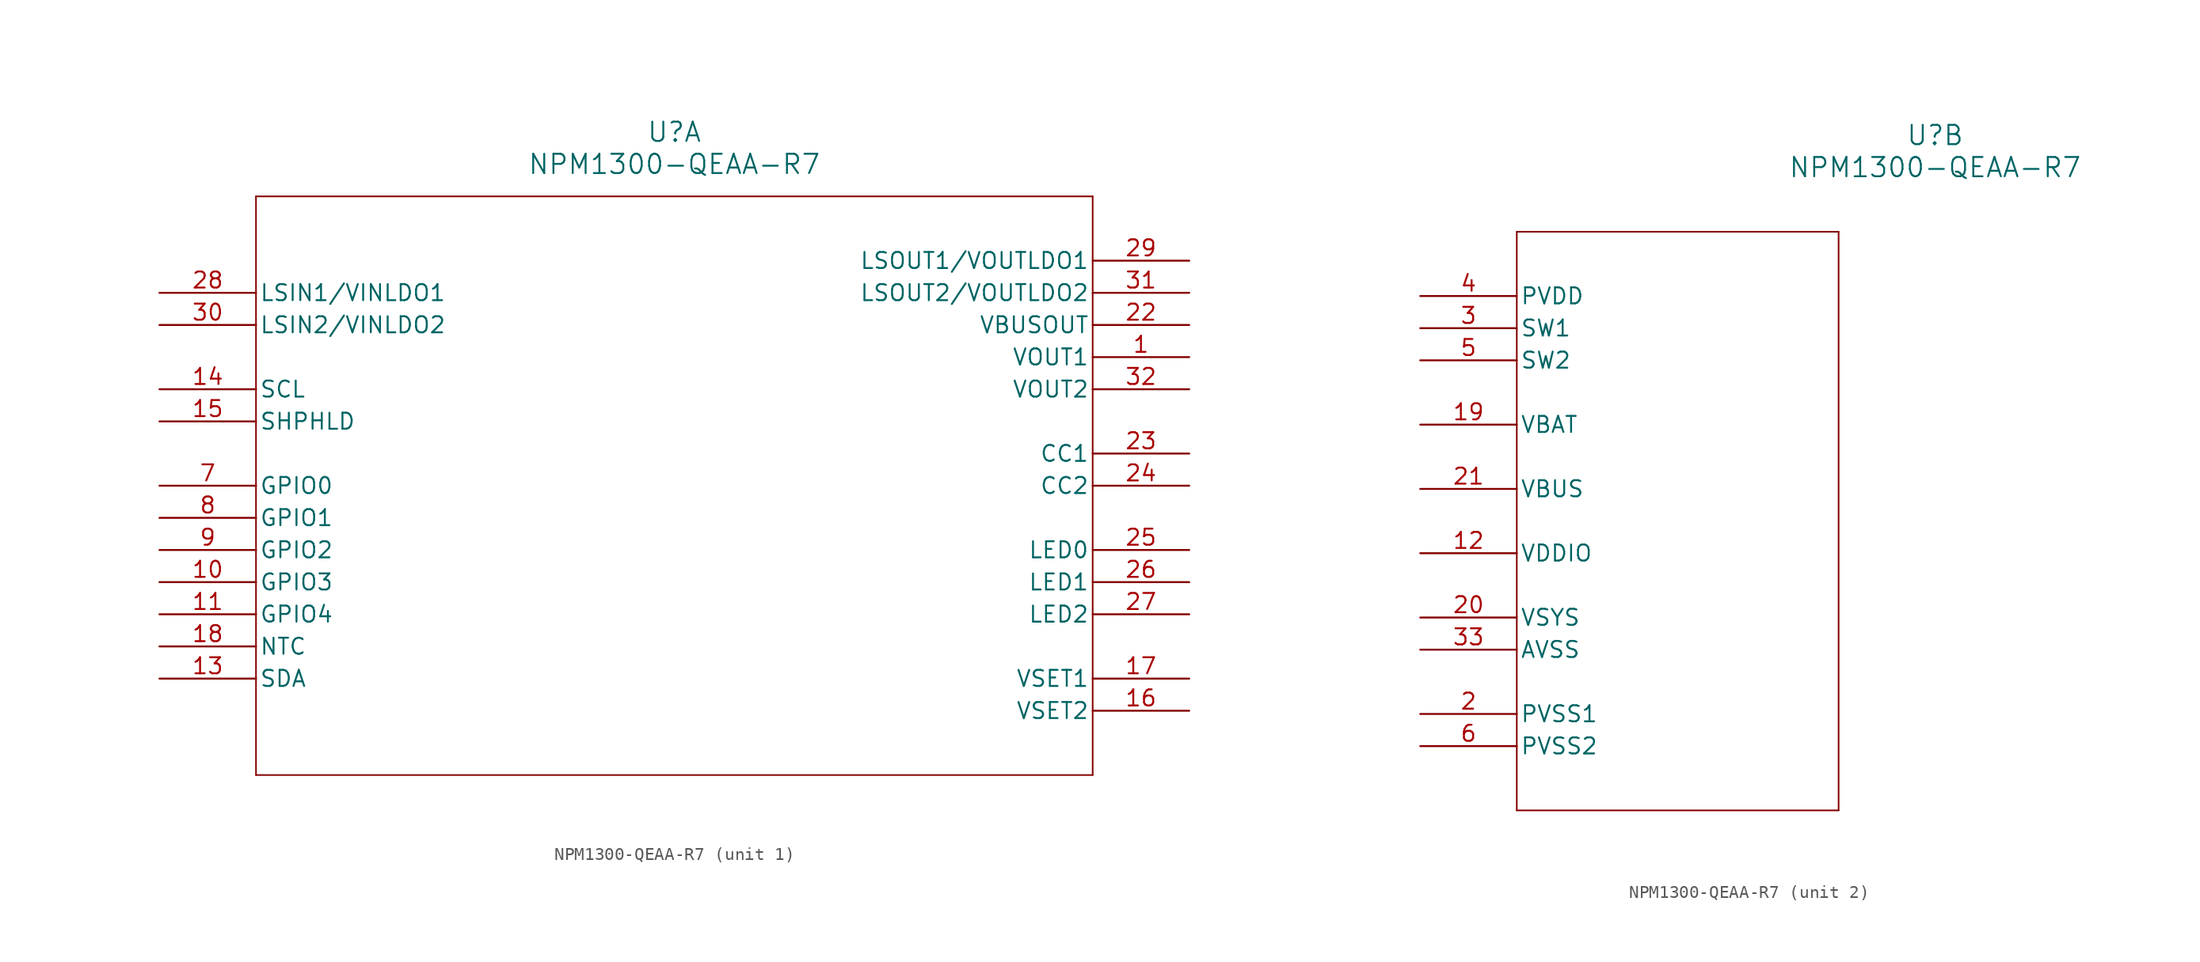
<source format=kicad_sym>
(kicad_symbol_lib
  (version 20211014)
  (generator kicad_symbol_editor)
  (symbol "NPM1300-QEAA-R7"
    (pin_names
      (offset 0.254))
    (property "Reference" "U"
      (at 40.64 12.7 0)
      (effects (font (size 1.524 1.524))))
    (property "Value" "NPM1300-QEAA-R7"
      (at 40.64 10.16 0)
      (effects (font (size 1.524 1.524))))
    (symbol "NPM1300-QEAA-R7_1_1"
      (polyline (pts (xy 7.62 7.62) (xy 7.62 -38.1)) (stroke (width 0.127) (type default) (color 0 0 0 0)) (fill (type none)))
      (polyline (pts (xy 7.62 -38.1) (xy 73.66 -38.1)) (stroke (width 0.127) (type default) (color 0 0 0 0)) (fill (type none)))
      (polyline (pts (xy 73.66 -38.1) (xy 73.66 7.62)) (stroke (width 0.127) (type default) (color 0 0 0 0)) (fill (type none)))
      (polyline (pts (xy 73.66 7.62) (xy 7.62 7.62)) (stroke (width 0.127) (type default) (color 0 0 0 0)) (fill (type none)))
      (pin power_in line (at 81.28 -5.08 180) (length 7.62) (name "VOUT1" (effects (font (size 1.27 1.27)))) (number "1" (effects (font (size 1.27 1.27)))))
      (pin bidirectional line (at 0 -15.24 0) (length 7.62) (name "GPIO0" (effects (font (size 1.27 1.27)))) (number "7" (effects (font (size 1.27 1.27)))))
      (pin bidirectional line (at 0 -17.78 0) (length 7.62) (name "GPIO1" (effects (font (size 1.27 1.27)))) (number "8" (effects (font (size 1.27 1.27)))))
      (pin bidirectional line (at 0 -20.32 0) (length 7.62) (name "GPIO2" (effects (font (size 1.27 1.27)))) (number "9" (effects (font (size 1.27 1.27)))))
      (pin bidirectional line (at 0 -22.86 0) (length 7.62) (name "GPIO3" (effects (font (size 1.27 1.27)))) (number "10" (effects (font (size 1.27 1.27)))))
      (pin bidirectional line (at 0 -25.4 0) (length 7.62) (name "GPIO4" (effects (font (size 1.27 1.27)))) (number "11" (effects (font (size 1.27 1.27)))))
      (pin bidirectional line (at 0 -30.48 0) (length 7.62) (name "SDA" (effects (font (size 1.27 1.27)))) (number "13" (effects (font (size 1.27 1.27)))))
      (pin input line (at 0 -7.62 0) (length 7.62) (name "SCL" (effects (font (size 1.27 1.27)))) (number "14" (effects (font (size 1.27 1.27)))))
      (pin input line (at 0 -10.16 0) (length 7.62) (name "SHPHLD" (effects (font (size 1.27 1.27)))) (number "15" (effects (font (size 1.27 1.27)))))
      (pin unspecified line (at 81.28 -33.02 180) (length 7.62) (name "VSET2" (effects (font (size 1.27 1.27)))) (number "16" (effects (font (size 1.27 1.27)))))
      (pin unspecified line (at 81.28 -30.48 180) (length 7.62) (name "VSET1" (effects (font (size 1.27 1.27)))) (number "17" (effects (font (size 1.27 1.27)))))
      (pin unspecified line (at 0 -27.94 0) (length 7.62) (name "NTC" (effects (font (size 1.27 1.27)))) (number "18" (effects (font (size 1.27 1.27)))))
      (pin unspecified line (at 81.28 -2.54 180) (length 7.62) (name "VBUSOUT" (effects (font (size 1.27 1.27)))) (number "22" (effects (font (size 1.27 1.27)))))
      (pin unspecified line (at 81.28 -12.7 180) (length 7.62) (name "CC1" (effects (font (size 1.27 1.27)))) (number "23" (effects (font (size 1.27 1.27)))))
      (pin unspecified line (at 81.28 -15.24 180) (length 7.62) (name "CC2" (effects (font (size 1.27 1.27)))) (number "24" (effects (font (size 1.27 1.27)))))
      (pin unspecified line (at 81.28 -20.32 180) (length 7.62) (name "LED0" (effects (font (size 1.27 1.27)))) (number "25" (effects (font (size 1.27 1.27)))))
      (pin unspecified line (at 81.28 -22.86 180) (length 7.62) (name "LED1" (effects (font (size 1.27 1.27)))) (number "26" (effects (font (size 1.27 1.27)))))
      (pin unspecified line (at 81.28 -25.4 180) (length 7.62) (name "LED2" (effects (font (size 1.27 1.27)))) (number "27" (effects (font (size 1.27 1.27)))))
      (pin power_in line (at 0 0 0) (length 7.62) (name "LSIN1/VINLDO1" (effects (font (size 1.27 1.27)))) (number "28" (effects (font (size 1.27 1.27)))))
      (pin power_in line (at 81.28 2.54 180) (length 7.62) (name "LSOUT1/VOUTLDO1" (effects (font (size 1.27 1.27)))) (number "29" (effects (font (size 1.27 1.27)))))
      (pin power_in line (at 0 -2.54 0) (length 7.62) (name "LSIN2/VINLDO2" (effects (font (size 1.27 1.27)))) (number "30" (effects (font (size 1.27 1.27)))))
      (pin power_in line (at 81.28 0 180) (length 7.62) (name "LSOUT2/VOUTLDO2" (effects (font (size 1.27 1.27)))) (number "31" (effects (font (size 1.27 1.27)))))
      (pin power_in line (at 81.28 -7.62 180) (length 7.62) (name "VOUT2" (effects (font (size 1.27 1.27)))) (number "32" (effects (font (size 1.27 1.27))))))
    (symbol "NPM1300-QEAA-R7_2_1"
      (polyline (pts (xy 7.62 5.08) (xy 7.62 -40.64)) (stroke (width 0.127) (type default) (color 0 0 0 0)) (fill (type none)))
      (polyline (pts (xy 7.62 -40.64) (xy 33.02 -40.64)) (stroke (width 0.127) (type default) (color 0 0 0 0)) (fill (type none)))
      (polyline (pts (xy 33.02 -40.64) (xy 33.02 5.08)) (stroke (width 0.127) (type default) (color 0 0 0 0)) (fill (type none)))
      (polyline (pts (xy 33.02 5.08) (xy 7.62 5.08)) (stroke (width 0.127) (type default) (color 0 0 0 0)) (fill (type none)))
      (pin power_out line (at 0 -33.02 0) (length 7.62) (name "PVSS1" (effects (font (size 1.27 1.27)))) (number "2" (effects (font (size 1.27 1.27)))))
      (pin power_in line (at 0 -2.54 0) (length 7.62) (name "SW1" (effects (font (size 1.27 1.27)))) (number "3" (effects (font (size 1.27 1.27)))))
      (pin power_in line (at 0 0 0) (length 7.62) (name "PVDD" (effects (font (size 1.27 1.27)))) (number "4" (effects (font (size 1.27 1.27)))))
      (pin power_in line (at 0 -5.08 0) (length 7.62) (name "SW2" (effects (font (size 1.27 1.27)))) (number "5" (effects (font (size 1.27 1.27)))))
      (pin power_out line (at 0 -35.56 0) (length 7.62) (name "PVSS2" (effects (font (size 1.27 1.27)))) (number "6" (effects (font (size 1.27 1.27)))))
      (pin power_in line (at 0 -20.32 0) (length 7.62) (name "VDDIO" (effects (font (size 1.27 1.27)))) (number "12" (effects (font (size 1.27 1.27)))))
      (pin power_in line (at 0 -10.16 0) (length 7.62) (name "VBAT" (effects (font (size 1.27 1.27)))) (number "19" (effects (font (size 1.27 1.27)))))
      (pin power_in line (at 0 -25.4 0) (length 7.62) (name "VSYS" (effects (font (size 1.27 1.27)))) (number "20" (effects (font (size 1.27 1.27)))))
      (pin power_in line (at 0 -15.24 0) (length 7.62) (name "VBUS" (effects (font (size 1.27 1.27)))) (number "21" (effects (font (size 1.27 1.27)))))
      (pin power_out line (at 0 -27.94 0) (length 7.62) (name "AVSS" (effects (font (size 1.27 1.27)))) (number "33" (effects (font (size 1.27 1.27))))))))
</source>
